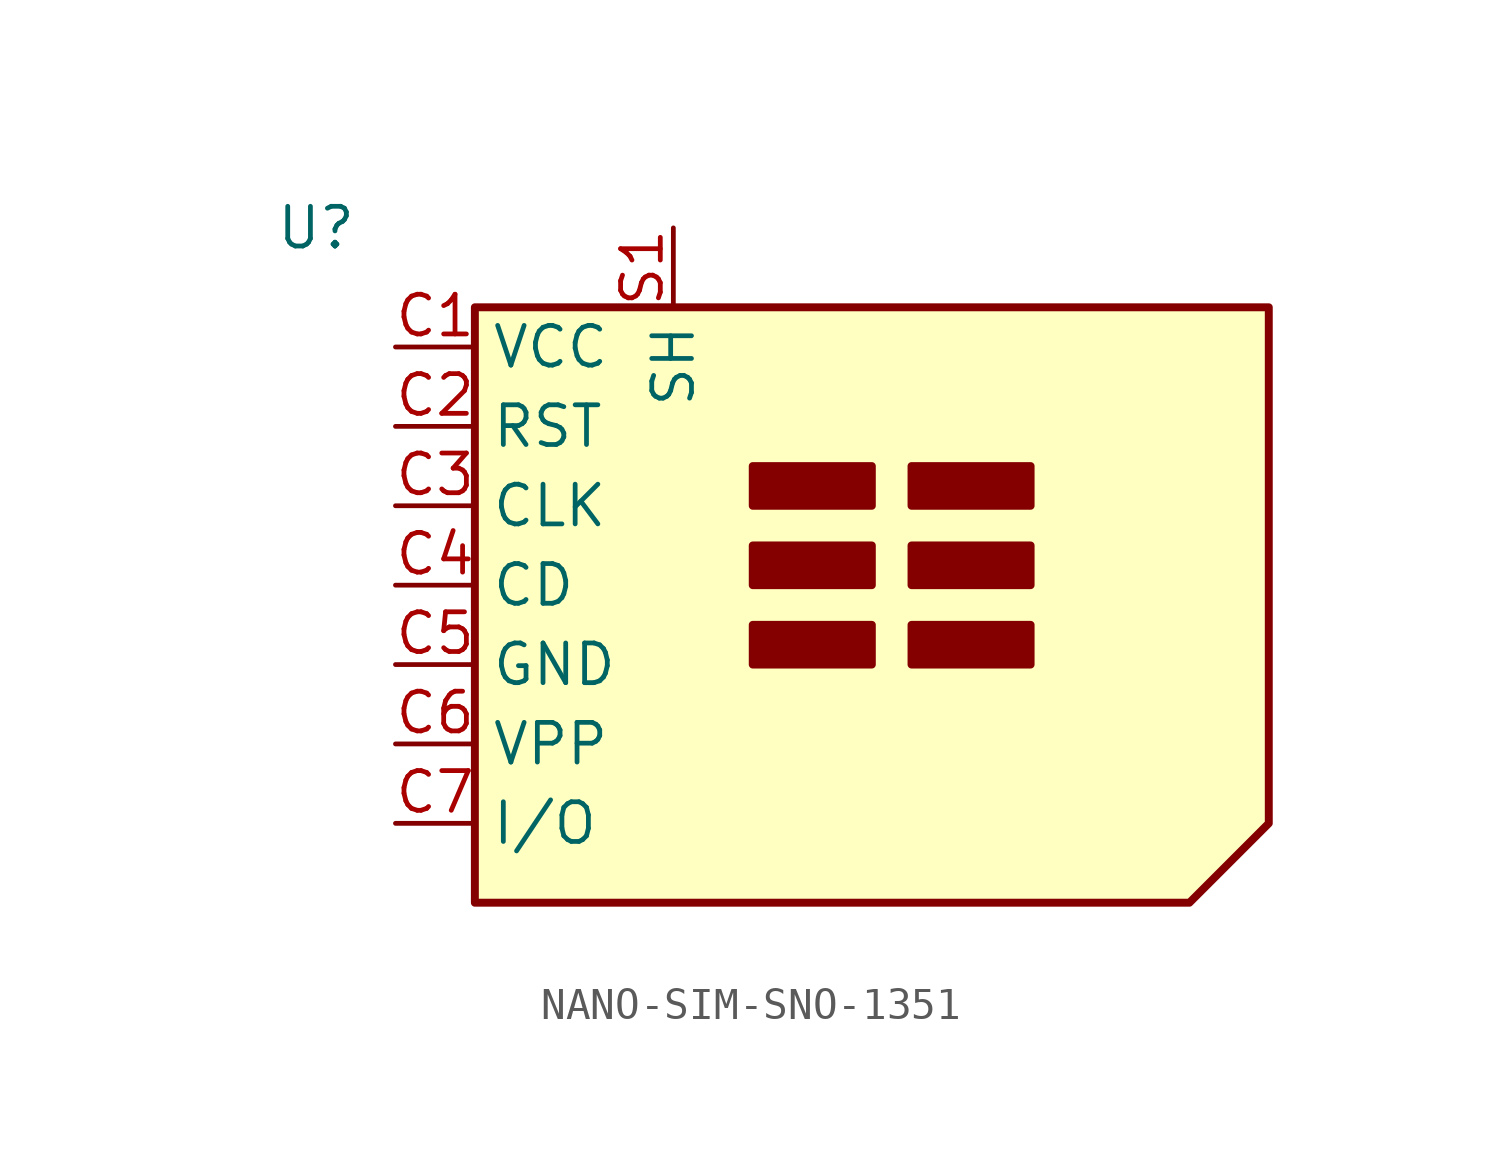
<source format=kicad_sym>
(kicad_symbol_lib
  (version 20220914)
  (generator kicad_symbol_editor)
  (symbol "NANO-SIM-SNO-1351"
    (property "Reference" "U"
      (at -17.78 11.43 0)
      (effects (font (size 1.27 1.27))))
    (property "Value" ""
      (at -20.32 0 0)
      (effects (font (size 1.27 1.27))))
    (symbol "NANO-SIM-SNO-1351_0_1"
      (rectangle (start -3.81 -2.54) (end 0 -1.27) (stroke (width 0.254) (type default)) (fill (type outline)))
      (rectangle (start -3.81 0) (end 0 1.27) (stroke (width 0.254) (type default)) (fill (type outline)))
      (rectangle (start -3.81 2.54) (end 0 3.81) (stroke (width 0.254) (type default)) (fill (type outline)))
      (polyline (pts (xy -12.7 8.89) (xy 12.7 8.89) (xy 12.7 -7.62) (xy 10.16 -10.16) (xy -12.7 -10.16) (xy -12.7 8.89)) (stroke (width 0.254) (type default)) (fill (type background)))
      (rectangle (start 1.27 -1.27) (end 5.08 -2.54) (stroke (width 0.254) (type default)) (fill (type outline)))
      (rectangle (start 1.27 0) (end 5.08 1.27) (stroke (width 0.254) (type default)) (fill (type outline)))
      (rectangle (start 1.27 2.54) (end 5.08 3.81) (stroke (width 0.254) (type default)) (fill (type outline))))
    (symbol "NANO-SIM-SNO-1351_1_1"
      (pin power_in line (at -15.24 7.62 0) (length 2.54) (name "VCC" (effects (font (size 1.27 1.27)))) (number "C1" (effects (font (size 1.27 1.27)))))
      (pin bidirectional line (at -15.24 5.08 0) (length 2.54) (name "RST" (effects (font (size 1.27 1.27)))) (number "C2" (effects (font (size 1.27 1.27)))))
      (pin bidirectional line (at -15.24 2.54 0) (length 2.54) (name "CLK" (effects (font (size 1.27 1.27)))) (number "C3" (effects (font (size 1.27 1.27)))))
      (pin bidirectional line (at -15.24 0 0) (length 2.54) (name "CD" (effects (font (size 1.27 1.27)))) (number "C4" (effects (font (size 1.27 1.27)))))
      (pin power_in line (at -15.24 -2.54 0) (length 2.54) (name "GND" (effects (font (size 1.27 1.27)))) (number "C5" (effects (font (size 1.27 1.27)))))
      (pin bidirectional line (at -15.24 -5.08 0) (length 2.54) (name "VPP" (effects (font (size 1.27 1.27)))) (number "C6" (effects (font (size 1.27 1.27)))))
      (pin bidirectional line (at -15.24 -7.62 0) (length 2.54) (name "I/O" (effects (font (size 1.27 1.27)))) (number "C7" (effects (font (size 1.27 1.27)))))
      (pin passive line (at -6.35 11.43 270) (length 2.54) (name "SH" (effects (font (size 1.27 1.27)))) (number "S1" (effects (font (size 1.27 1.27))))))))
</source>
